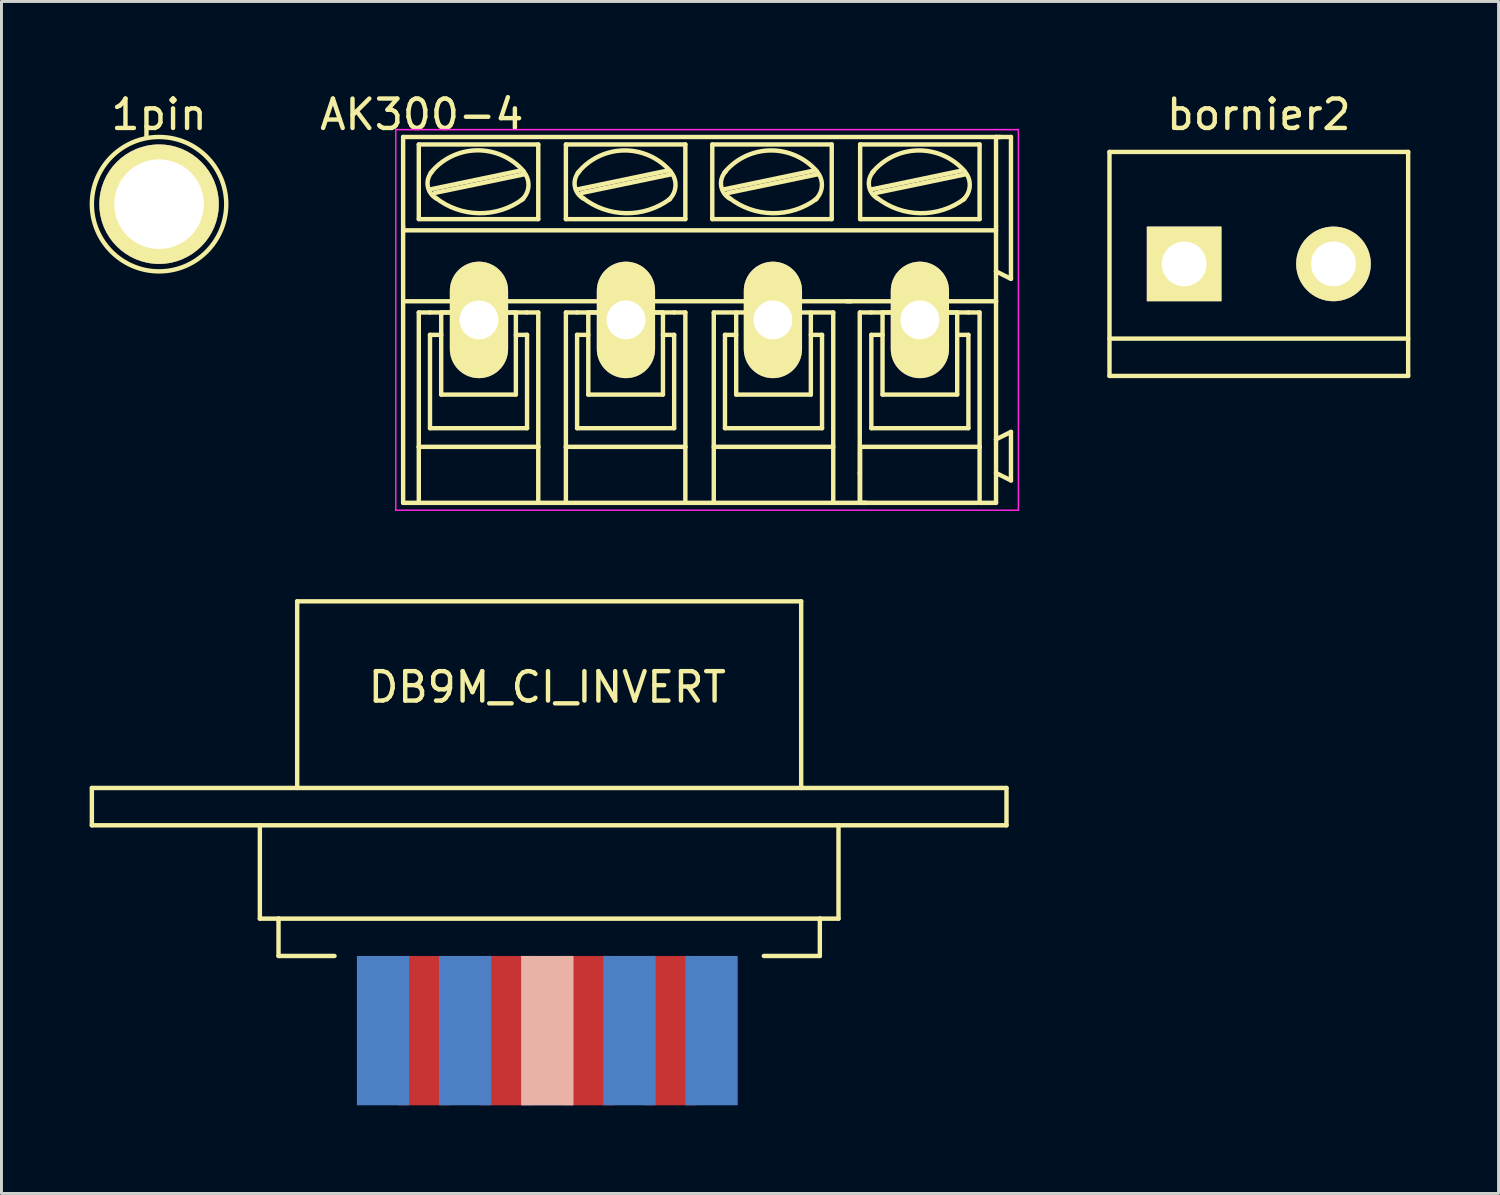
<source format=kicad_pcb>
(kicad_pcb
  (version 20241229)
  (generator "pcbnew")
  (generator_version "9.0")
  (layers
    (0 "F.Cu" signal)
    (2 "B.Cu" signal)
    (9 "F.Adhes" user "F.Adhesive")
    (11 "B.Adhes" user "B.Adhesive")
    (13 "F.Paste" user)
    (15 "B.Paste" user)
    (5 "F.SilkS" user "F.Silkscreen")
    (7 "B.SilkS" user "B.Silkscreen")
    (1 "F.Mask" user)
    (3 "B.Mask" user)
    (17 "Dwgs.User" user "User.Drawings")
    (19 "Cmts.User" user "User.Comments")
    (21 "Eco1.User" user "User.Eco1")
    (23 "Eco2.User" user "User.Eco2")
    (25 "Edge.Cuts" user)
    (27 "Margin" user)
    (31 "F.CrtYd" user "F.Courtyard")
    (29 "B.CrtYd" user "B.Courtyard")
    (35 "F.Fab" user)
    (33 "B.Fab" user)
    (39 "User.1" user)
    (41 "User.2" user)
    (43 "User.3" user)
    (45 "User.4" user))
  (footprint "1pin"
    (layer "F.Cu")
    (at 2.361 3.896)
    (property "Reference" "1pin" (at 0 -3.048 0) (layer "F.SilkS") (effects (font (size 1 1) (thickness 0.15))))
    (attr through_hole)
    (fp_circle (center 0 0) (end 0 -2.286) (stroke (width 0.15) (type solid)) (fill no) (layer "F.SilkS"))
    (pad "1" thru_hole circle (at 0 0) (size 4.064 4.064) (drill 3.048) (layers "*.Cu" "*.Mask" "F.SilkS")))
  (footprint "DB9M_CI_INVERT"
    (layer "F.Cu")
    (at 15.569 29.471)
    (property "Reference" "DB9M_CI_INVERT" (at 0 -9.144 0) (layer "F.SilkS") (effects (font (size 1 1) (thickness 0.15))))
    (attr through_hole)
    (fp_line (start -15.494 -5.715) (end 15.621 -5.715) (stroke (width 0.15) (type solid)) (layer "F.SilkS"))
    (fp_line (start -15.494 -4.445) (end -15.494 -5.715) (stroke (width 0.15) (type solid)) (layer "F.SilkS"))
    (fp_line (start -9.779 -4.445) (end -15.494 -4.445) (stroke (width 0.15) (type solid)) (layer "F.SilkS"))
    (fp_line (start -9.779 -1.27) (end -9.779 -4.445) (stroke (width 0.15) (type solid)) (layer "F.SilkS"))
    (fp_line (start -9.144 -1.27) (end -9.779 -1.27) (stroke (width 0.15) (type solid)) (layer "F.SilkS"))
    (fp_line (start -9.144 0) (end -9.144 -1.27) (stroke (width 0.15) (type solid)) (layer "F.SilkS"))
    (fp_line (start -8.509 -12.065) (end 8.636 -12.065) (stroke (width 0.15) (type solid)) (layer "F.SilkS"))
    (fp_line (start -8.509 -5.715) (end -8.509 -12.065) (stroke (width 0.15) (type solid)) (layer "F.SilkS"))
    (fp_line (start -7.239 0) (end -9.144 0) (stroke (width 0.15) (type solid)) (layer "F.SilkS"))
    (fp_line (start 7.366 0) (end 9.271 0) (stroke (width 0.15) (type solid)) (layer "F.SilkS"))
    (fp_line (start 8.636 -5.715) (end 8.636 -12.065) (stroke (width 0.15) (type solid)) (layer "F.SilkS"))
    (fp_line (start 9.271 -1.27) (end -9.144 -1.27) (stroke (width 0.15) (type solid)) (layer "F.SilkS"))
    (fp_line (start 9.271 0) (end 9.271 -1.27) (stroke (width 0.15) (type solid)) (layer "F.SilkS"))
    (fp_line (start 9.906 -4.445) (end -9.779 -4.445) (stroke (width 0.15) (type solid)) (layer "F.SilkS"))
    (fp_line (start 9.906 -1.27) (end 9.271 -1.27) (stroke (width 0.15) (type solid)) (layer "F.SilkS"))
    (fp_line (start 9.906 -1.27) (end 9.906 -4.445) (stroke (width 0.15) (type solid)) (layer "F.SilkS"))
    (fp_line (start 15.621 -4.445) (end 9.906 -4.445) (stroke (width 0.15) (type solid)) (layer "F.SilkS"))
    (fp_line (start 15.621 -4.445) (end 15.621 -5.715) (stroke (width 0.15) (type solid)) (layer "F.SilkS"))
    (pad "1" connect rect (at -5.588 2.54) (size 1.778 5.08) (layers "F.Mask" "B.Cu"))
    (pad "2" connect rect (at -2.794 2.54) (size 1.778 5.08) (layers "B.Cu" "B.Mask"))
    (pad "3" connect rect (at 0 2.54) (size 1.778 5.08) (layers "B.Cu" "B.SilkS"))
    (pad "4" connect rect (at 2.794 2.54) (size 1.778 5.08) (layers "B.Cu" "B.Mask"))
    (pad "5" connect rect (at 5.588 2.54) (size 1.778 5.08) (layers "B.Cu" "B.Mask"))
    (pad "6" connect rect (at -4.191 2.54) (size 1.778 5.08) (layers "F.Cu" "F.Mask"))
    (pad "7" connect rect (at -1.397 2.54) (size 1.778 5.08) (layers "F.Cu" "F.Mask"))
    (pad "8" connect rect (at 1.397 2.54) (size 1.778 5.08) (layers "F.Cu" "F.Mask"))
    (pad "9" connect rect (at 4.191 2.54) (size 1.778 5.08) (layers "F.Cu" "F.Mask")))
  (footprint "bornier2"
    (layer "F.Cu")
    (at 39.774 5.928)
    (property "Reference" "bornier2" (at 0 -5.08 0) (layer "F.SilkS") (effects (font (size 1 1) (thickness 0.15))))
    (attr through_hole)
    (fp_line (start -5.08 -3.81) (end -5.08 3.81) (stroke (width 0.15) (type solid)) (layer "F.SilkS"))
    (fp_line (start -5.08 3.81) (end 5.08 3.81) (stroke (width 0.15) (type solid)) (layer "F.SilkS"))
    (fp_line (start 5.08 -3.81) (end -5.08 -3.81) (stroke (width 0.15) (type solid)) (layer "F.SilkS"))
    (fp_line (start 5.08 2.54) (end -5.08 2.54) (stroke (width 0.15) (type solid)) (layer "F.SilkS"))
    (fp_line (start 5.08 3.81) (end 5.08 -3.81) (stroke (width 0.15) (type solid)) (layer "F.SilkS"))
    (pad "1" thru_hole rect (at -2.54 0) (size 2.54 2.54) (drill 1.524) (layers "*.Cu" "*.Mask" "F.SilkS"))
    (pad "2" thru_hole circle (at 2.54 0) (size 2.54 2.54) (drill 1.524) (layers "*.Cu" "*.Mask" "F.SilkS")))
  (footprint "AK300-4"
    (layer "F.Cu")
    (at 13.244 7.833)
    (property "Reference" "AK300-4" (at -1.945 -6.985 0) (layer "F.SilkS") (effects (font (size 1 1) (thickness 0.15))))
    (attr exclude_from_pos_files exclude_from_bom)
    (fp_line (start -2.58 -3.175) (end -2.58 -6.223) (stroke (width 0.15) (type solid)) (layer "F.SilkS"))
    (fp_line (start -2.58 -0.635) (end -2.58 -3.175) (stroke (width 0.15) (type solid)) (layer "F.SilkS"))
    (fp_line (start -2.58 6.223) (end -2.58 -0.635) (stroke (width 0.15) (type solid)) (layer "F.SilkS"))
    (fp_line (start -2.58 6.223) (end -2.047 6.223) (stroke (width 0.15) (type solid)) (layer "F.SilkS"))
    (fp_line (start -2.047 -3.429) (end -2.047 -5.969) (stroke (width 0.15) (type solid)) (layer "F.SilkS"))
    (fp_line (start -2.047 -0.254) (end -2.047 4.318) (stroke (width 0.15) (type solid)) (layer "F.SilkS"))
    (fp_line (start -2.047 -0.254) (end -1.666 -0.254) (stroke (width 0.15) (type solid)) (layer "F.SilkS"))
    (fp_line (start -2.047 4.318) (end -2.047 6.223) (stroke (width 0.15) (type solid)) (layer "F.SilkS"))
    (fp_line (start -2.047 6.223) (end 2.017 6.223) (stroke (width 0.15) (type solid)) (layer "F.SilkS"))
    (fp_line (start -1.666 0.508) (end -1.285 0.508) (stroke (width 0.15) (type solid)) (layer "F.SilkS"))
    (fp_line (start -1.666 3.683) (end -1.666 0.508) (stroke (width 0.15) (type solid)) (layer "F.SilkS"))
    (fp_line (start -1.64 -4.445) (end 1.41 -5.08) (stroke (width 0.15) (type solid)) (layer "F.SilkS"))
    (fp_line (start -1.513 -4.318) (end 1.535 -4.953) (stroke (width 0.15) (type solid)) (layer "F.SilkS"))
    (fp_line (start -1.285 -0.254) (end 1.255 -0.254) (stroke (width 0.15) (type solid)) (layer "F.SilkS"))
    (fp_line (start -1.285 2.54) (end -1.285 -0.254) (stroke (width 0.15) (type solid)) (layer "F.SilkS"))
    (fp_line (start -1.285 2.54) (end 1.255 2.54) (stroke (width 0.15) (type solid)) (layer "F.SilkS"))
    (fp_line (start 1.255 2.54) (end 1.255 -0.254) (stroke (width 0.15) (type solid)) (layer "F.SilkS"))
    (fp_line (start 1.636 -0.254) (end -1.666 -0.254) (stroke (width 0.15) (type solid)) (layer "F.SilkS"))
    (fp_line (start 1.636 0.508) (end 1.255 0.508) (stroke (width 0.15) (type solid)) (layer "F.SilkS"))
    (fp_line (start 1.636 3.683) (end -1.666 3.683) (stroke (width 0.15) (type solid)) (layer "F.SilkS"))
    (fp_line (start 1.636 3.683) (end 1.636 0.508) (stroke (width 0.15) (type solid)) (layer "F.SilkS"))
    (fp_line (start 2.017 -5.969) (end -2.047 -5.969) (stroke (width 0.15) (type solid)) (layer "F.SilkS"))
    (fp_line (start 2.017 -3.429) (end -2.047 -3.429) (stroke (width 0.15) (type solid)) (layer "F.SilkS"))
    (fp_line (start 2.017 -3.429) (end 2.017 -5.969) (stroke (width 0.15) (type solid)) (layer "F.SilkS"))
    (fp_line (start 2.017 -0.254) (end 1.636 -0.254) (stroke (width 0.15) (type solid)) (layer "F.SilkS"))
    (fp_line (start 2.017 4.318) (end -2.047 4.318) (stroke (width 0.15) (type solid)) (layer "F.SilkS"))
    (fp_line (start 2.017 4.318) (end 2.017 -0.254) (stroke (width 0.15) (type solid)) (layer "F.SilkS"))
    (fp_line (start 2.017 6.223) (end 2.017 4.318) (stroke (width 0.15) (type solid)) (layer "F.SilkS"))
    (fp_line (start 2.017 6.223) (end 2.957 6.223) (stroke (width 0.15) (type solid)) (layer "F.SilkS"))
    (fp_line (start 2.957 -5.969) (end 7.021 -5.969) (stroke (width 0.15) (type solid)) (layer "F.SilkS"))
    (fp_line (start 2.957 -3.429) (end 2.957 -5.969) (stroke (width 0.15) (type solid)) (layer "F.SilkS"))
    (fp_line (start 2.957 -0.254) (end 3.338 -0.254) (stroke (width 0.15) (type solid)) (layer "F.SilkS"))
    (fp_line (start 2.957 4.318) (end 2.957 -0.254) (stroke (width 0.15) (type solid)) (layer "F.SilkS"))
    (fp_line (start 2.957 4.318) (end 7.021 4.318) (stroke (width 0.15) (type solid)) (layer "F.SilkS"))
    (fp_line (start 2.957 6.223) (end 2.957 4.318) (stroke (width 0.15) (type solid)) (layer "F.SilkS"))
    (fp_line (start 2.957 6.223) (end 7.021 6.223) (stroke (width 0.15) (type solid)) (layer "F.SilkS"))
    (fp_line (start 3.338 -0.254) (end 6.64 -0.254) (stroke (width 0.15) (type solid)) (layer "F.SilkS"))
    (fp_line (start 3.338 0.508) (end 3.719 0.508) (stroke (width 0.15) (type solid)) (layer "F.SilkS"))
    (fp_line (start 3.338 3.683) (end 3.338 0.508) (stroke (width 0.15) (type solid)) (layer "F.SilkS"))
    (fp_line (start 3.364 -4.445) (end 6.412 -5.08) (stroke (width 0.15) (type solid)) (layer "F.SilkS"))
    (fp_line (start 3.491 -4.318) (end 6.539 -4.953) (stroke (width 0.15) (type solid)) (layer "F.SilkS"))
    (fp_line (start 3.719 -0.254) (end 6.259 -0.254) (stroke (width 0.15) (type solid)) (layer "F.SilkS"))
    (fp_line (start 3.719 2.54) (end 3.719 -0.254) (stroke (width 0.15) (type solid)) (layer "F.SilkS"))
    (fp_line (start 3.719 2.54) (end 6.259 2.54) (stroke (width 0.15) (type solid)) (layer "F.SilkS"))
    (fp_line (start 6.259 2.54) (end 6.259 -0.254) (stroke (width 0.15) (type solid)) (layer "F.SilkS"))
    (fp_line (start 6.64 0.508) (end 6.259 0.508) (stroke (width 0.15) (type solid)) (layer "F.SilkS"))
    (fp_line (start 6.64 3.683) (end 3.338 3.683) (stroke (width 0.15) (type solid)) (layer "F.SilkS"))
    (fp_line (start 6.64 3.683) (end 6.64 0.508) (stroke (width 0.15) (type solid)) (layer "F.SilkS"))
    (fp_line (start 7.021 -5.969) (end 7.021 -3.429) (stroke (width 0.15) (type solid)) (layer "F.SilkS"))
    (fp_line (start 7.021 -3.429) (end 2.957 -3.429) (stroke (width 0.15) (type solid)) (layer "F.SilkS"))
    (fp_line (start 7.021 -0.254) (end 6.64 -0.254) (stroke (width 0.15) (type solid)) (layer "F.SilkS"))
    (fp_line (start 7.021 -0.254) (end 7.021 4.318) (stroke (width 0.15) (type solid)) (layer "F.SilkS"))
    (fp_line (start 7.021 4.318) (end 7.021 6.223) (stroke (width 0.15) (type solid)) (layer "F.SilkS"))
    (fp_line (start 7.937 -5.969) (end 12.001 -5.969) (stroke (width 0.15) (type solid)) (layer "F.SilkS"))
    (fp_line (start 7.937 -3.429) (end 7.937 -5.969) (stroke (width 0.15) (type solid)) (layer "F.SilkS"))
    (fp_line (start 7.988 -0.254) (end 12.052 -0.254) (stroke (width 0.15) (type solid)) (layer "F.SilkS"))
    (fp_line (start 7.988 4.318) (end 12.052 4.318) (stroke (width 0.15) (type solid)) (layer "F.SilkS"))
    (fp_line (start 7.988 6.223) (end 7.988 -0.254) (stroke (width 0.15) (type solid)) (layer "F.SilkS"))
    (fp_line (start 8.344 -4.445) (end 11.392 -5.08) (stroke (width 0.15) (type solid)) (layer "F.SilkS"))
    (fp_line (start 8.369 0.508) (end 8.369 3.683) (stroke (width 0.15) (type solid)) (layer "F.SilkS"))
    (fp_line (start 8.369 0.508) (end 8.75 0.508) (stroke (width 0.15) (type solid)) (layer "F.SilkS"))
    (fp_line (start 8.369 3.683) (end 11.671 3.683) (stroke (width 0.15) (type solid)) (layer "F.SilkS"))
    (fp_line (start 8.471 -4.318) (end 11.519 -4.953) (stroke (width 0.15) (type solid)) (layer "F.SilkS"))
    (fp_line (start 8.75 -0.254) (end 8.75 2.54) (stroke (width 0.15) (type solid)) (layer "F.SilkS"))
    (fp_line (start 8.75 2.54) (end 11.29 2.54) (stroke (width 0.15) (type solid)) (layer "F.SilkS"))
    (fp_line (start 11.29 2.54) (end 11.29 -0.254) (stroke (width 0.15) (type solid)) (layer "F.SilkS"))
    (fp_line (start 11.671 0.508) (end 11.29 0.508) (stroke (width 0.15) (type solid)) (layer "F.SilkS"))
    (fp_line (start 11.671 3.683) (end 11.671 0.508) (stroke (width 0.15) (type solid)) (layer "F.SilkS"))
    (fp_line (start 12.001 -5.969) (end 12.001 -3.429) (stroke (width 0.15) (type solid)) (layer "F.SilkS"))
    (fp_line (start 12.001 -3.429) (end 7.937 -3.429) (stroke (width 0.15) (type solid)) (layer "F.SilkS"))
    (fp_line (start 12.052 6.223) (end 12.052 -0.254) (stroke (width 0.15) (type solid)) (layer "F.SilkS"))
    (fp_line (start 12.51 -0.635) (end 17.59 -0.635) (stroke (width 0.15) (type solid)) (layer "F.SilkS"))
    (fp_line (start 12.66 -0.635) (end -2.517 -0.635) (stroke (width 0.15) (type solid)) (layer "F.SilkS"))
    (fp_line (start 12.954 4) (end 12.954 -0.254) (stroke (width 0.15) (type solid)) (layer "F.SilkS"))
    (fp_line (start 12.954 4.064) (end 12.954 5.207) (stroke (width 0.15) (type solid)) (layer "F.SilkS"))
    (fp_line (start 12.954 5.207) (end 12.954 6.223) (stroke (width 0.15) (type solid)) (layer "F.SilkS"))
    (fp_line (start 12.967 -5.969) (end 17.031 -5.969) (stroke (width 0.15) (type solid)) (layer "F.SilkS"))
    (fp_line (start 12.967 -3.429) (end 12.967 -5.969) (stroke (width 0.15) (type solid)) (layer "F.SilkS"))
    (fp_line (start 12.967 -0.254) (end 13.348 -0.254) (stroke (width 0.15) (type solid)) (layer "F.SilkS"))
    (fp_line (start 12.967 4.318) (end 17.031 4.318) (stroke (width 0.15) (type solid)) (layer "F.SilkS"))
    (fp_line (start 12.967 6.223) (end 12.967 4.318) (stroke (width 0.15) (type solid)) (layer "F.SilkS"))
    (fp_line (start 13.168 6.223) (end 7.072 6.223) (stroke (width 0.15) (type solid)) (layer "F.SilkS"))
    (fp_line (start 13.348 -0.254) (end 16.65 -0.254) (stroke (width 0.15) (type solid)) (layer "F.SilkS"))
    (fp_line (start 13.348 0.508) (end 13.729 0.508) (stroke (width 0.15) (type solid)) (layer "F.SilkS"))
    (fp_line (start 13.348 3.683) (end 13.348 0.508) (stroke (width 0.15) (type solid)) (layer "F.SilkS"))
    (fp_line (start 13.374 -4.445) (end 16.422 -5.08) (stroke (width 0.15) (type solid)) (layer "F.SilkS"))
    (fp_line (start 13.501 -4.318) (end 16.549 -4.953) (stroke (width 0.15) (type solid)) (layer "F.SilkS"))
    (fp_line (start 13.729 -0.254) (end 16.269 -0.254) (stroke (width 0.15) (type solid)) (layer "F.SilkS"))
    (fp_line (start 13.729 2.54) (end 13.729 -0.254) (stroke (width 0.15) (type solid)) (layer "F.SilkS"))
    (fp_line (start 13.729 2.54) (end 16.269 2.54) (stroke (width 0.15) (type solid)) (layer "F.SilkS"))
    (fp_line (start 16.269 2.54) (end 16.269 -0.254) (stroke (width 0.15) (type solid)) (layer "F.SilkS"))
    (fp_line (start 16.65 0.508) (end 16.269 0.508) (stroke (width 0.15) (type solid)) (layer "F.SilkS"))
    (fp_line (start 16.65 3.683) (end 13.348 3.683) (stroke (width 0.15) (type solid)) (layer "F.SilkS"))
    (fp_line (start 16.65 3.683) (end 16.65 0.508) (stroke (width 0.15) (type solid)) (layer "F.SilkS"))
    (fp_line (start 16.955 6.223) (end 13.018 6.223) (stroke (width 0.15) (type solid)) (layer "F.SilkS"))
    (fp_line (start 17.031 -5.969) (end 17.031 -3.429) (stroke (width 0.15) (type solid)) (layer "F.SilkS"))
    (fp_line (start 17.031 -3.429) (end 12.967 -3.429) (stroke (width 0.15) (type solid)) (layer "F.SilkS"))
    (fp_line (start 17.031 -0.254) (end 16.65 -0.254) (stroke (width 0.15) (type solid)) (layer "F.SilkS"))
    (fp_line (start 17.031 -0.254) (end 17.031 4.318) (stroke (width 0.15) (type solid)) (layer "F.SilkS"))
    (fp_line (start 17.031 4.318) (end 17.031 6.223) (stroke (width 0.15) (type solid)) (layer "F.SilkS"))
    (fp_line (start 17.031 6.223) (end 17.59 6.223) (stroke (width 0.15) (type solid)) (layer "F.SilkS"))
    (fp_line (start 17.59 -6.223) (end 17.59 -3.175) (stroke (width 0.15) (type solid)) (layer "F.SilkS"))
    (fp_line (start 17.59 -6.223) (end 18.098 -6.223) (stroke (width 0.15) (type solid)) (layer "F.SilkS"))
    (fp_line (start 17.59 -3.175) (end 17.59 -1.651) (stroke (width 0.15) (type solid)) (layer "F.SilkS"))
    (fp_line (start 17.59 -3.048) (end -2.58 -3.048) (stroke (width 0.15) (type solid)) (layer "F.SilkS"))
    (fp_line (start 17.59 -1.651) (end 17.59 -0.635) (stroke (width 0.15) (type solid)) (layer "F.SilkS"))
    (fp_line (start 17.59 -0.635) (end 17.59 4.064) (stroke (width 0.15) (type solid)) (layer "F.SilkS"))
    (fp_line (start 17.59 4.064) (end 17.59 5.207) (stroke (width 0.15) (type solid)) (layer "F.SilkS"))
    (fp_line (start 17.59 5.207) (end 17.59 6.223) (stroke (width 0.15) (type solid)) (layer "F.SilkS"))
    (fp_line (start 17.74 -6.223) (end -2.58 -6.223) (stroke (width 0.15) (type solid)) (layer "F.SilkS"))
    (fp_line (start 18.098 -6.223) (end 18.098 -1.397) (stroke (width 0.15) (type solid)) (layer "F.SilkS"))
    (fp_line (start 18.098 -1.397) (end 17.59 -1.651) (stroke (width 0.15) (type solid)) (layer "F.SilkS"))
    (fp_line (start 18.098 3.81) (end 17.59 4.064) (stroke (width 0.15) (type solid)) (layer "F.SilkS"))
    (fp_line (start 18.098 3.81) (end 18.098 5.461) (stroke (width 0.15) (type solid)) (layer "F.SilkS"))
    (fp_line (start 18.098 5.461) (end 17.59 5.207) (stroke (width 0.15) (type solid)) (layer "F.SilkS"))
    (fp_arc (start -1.6402 -5.0038) (mid -0.075347 -5.768837) (end 1.516573 -5.061847) (stroke (width 0.15) (type solid)) (layer "F.SilkS"))
    (fp_arc (start -1.44462 -4.1275) (mid -1.742784 -4.553845) (end -1.58952 -5.051019) (stroke (width 0.15) (type solid)) (layer "F.SilkS"))
    (fp_arc (start 1.50178 -4.11734) (mid -0.000269 -3.630479) (end -1.485988 -4.165104) (stroke (width 0.15) (type solid)) (layer "F.SilkS"))
    (fp_arc (start 1.5094 -5.05206) (mid 1.683736 -4.555962) (end 1.45415 -4.08289) (stroke (width 0.15) (type solid)) (layer "F.SilkS"))
    (fp_arc (start 3.3636 -5.0038) (mid 4.926638 -5.764946) (end 6.514411 -5.056844) (stroke (width 0.15) (type solid)) (layer "F.SilkS"))
    (fp_arc (start 3.55664 -4.1275) (mid 3.259456 -4.555849) (end 3.414903 -5.053481) (stroke (width 0.15) (type solid)) (layer "F.SilkS"))
    (fp_arc (start 6.50304 -4.11734) (mid 5.000991 -3.630479) (end 3.515272 -4.165104) (stroke (width 0.15) (type solid)) (layer "F.SilkS"))
    (fp_arc (start 6.51066 -5.05206) (mid 6.685748 -4.557765) (end 6.457972 -4.085429) (stroke (width 0.15) (type solid)) (layer "F.SilkS"))
    (fp_arc (start 8.3436 -5.0038) (mid 9.906638 -5.764946) (end 11.494411 -5.056844) (stroke (width 0.15) (type solid)) (layer "F.SilkS"))
    (fp_arc (start 8.53664 -4.1275) (mid 8.239456 -4.555849) (end 8.394903 -5.053481) (stroke (width 0.15) (type solid)) (layer "F.SilkS"))
    (fp_arc (start 11.48304 -4.11734) (mid 9.980991 -3.630479) (end 8.495272 -4.165104) (stroke (width 0.15) (type solid)) (layer "F.SilkS"))
    (fp_arc (start 11.49066 -5.05206) (mid 11.665748 -4.557765) (end 11.437972 -4.085429) (stroke (width 0.15) (type solid)) (layer "F.SilkS"))
    (fp_arc (start 13.3736 -5.0038) (mid 14.936638 -5.764946) (end 16.524411 -5.056844) (stroke (width 0.15) (type solid)) (layer "F.SilkS"))
    (fp_arc (start 13.56664 -4.1275) (mid 13.269456 -4.555849) (end 13.424903 -5.053481) (stroke (width 0.15) (type solid)) (layer "F.SilkS"))
    (fp_arc (start 16.51304 -4.11734) (mid 15.010991 -3.630479) (end 13.525272 -4.165104) (stroke (width 0.15) (type solid)) (layer "F.SilkS"))
    (fp_arc (start 16.52066 -5.05206) (mid 16.695748 -4.557765) (end 16.467972 -4.085429) (stroke (width 0.15) (type solid)) (layer "F.SilkS"))
    (fp_line (start -2.83 -6.473) (end -2.83 6.473) (stroke (width 0.05) (type solid)) (layer "F.CrtYd"))
    (fp_line (start -2.83 -6.473) (end 18.35 -6.473) (stroke (width 0.05) (type solid)) (layer "F.CrtYd"))
    (fp_line (start -2.83 6.473) (end 18.35 6.473) (stroke (width 0.05) (type solid)) (layer "F.CrtYd"))
    (fp_line (start 18.35 -6.473) (end 18.35 6.473) (stroke (width 0.05) (type solid)) (layer "F.CrtYd"))
    (pad "1" thru_hole oval (at 0 0) (size 1.981 3.962) (drill 1.321) (layers "*.Cu" "F.Mask" "F.SilkS" "F.Paste"))
    (pad "2" thru_hole oval (at 5 0) (size 1.981 3.962) (drill 1.321) (layers "*.Cu" "F.Mask" "F.SilkS" "F.Paste"))
    (pad "3" thru_hole oval (at 10 0) (size 1.981 3.962) (drill 1.321) (layers "*.Cu" "*.Mask" "F.SilkS"))
    (pad "4" thru_hole oval (at 15 0) (size 1.981 3.962) (drill 1.321) (layers "*.Cu" "F.Mask" "F.SilkS" "F.Paste")))
  (gr_rect
    (start -3 -3)
    (end 47.929 37.551)
    (stroke (width 0.1) (type default))
    (fill no)
    (layer "Edge.Cuts")))
</source>
